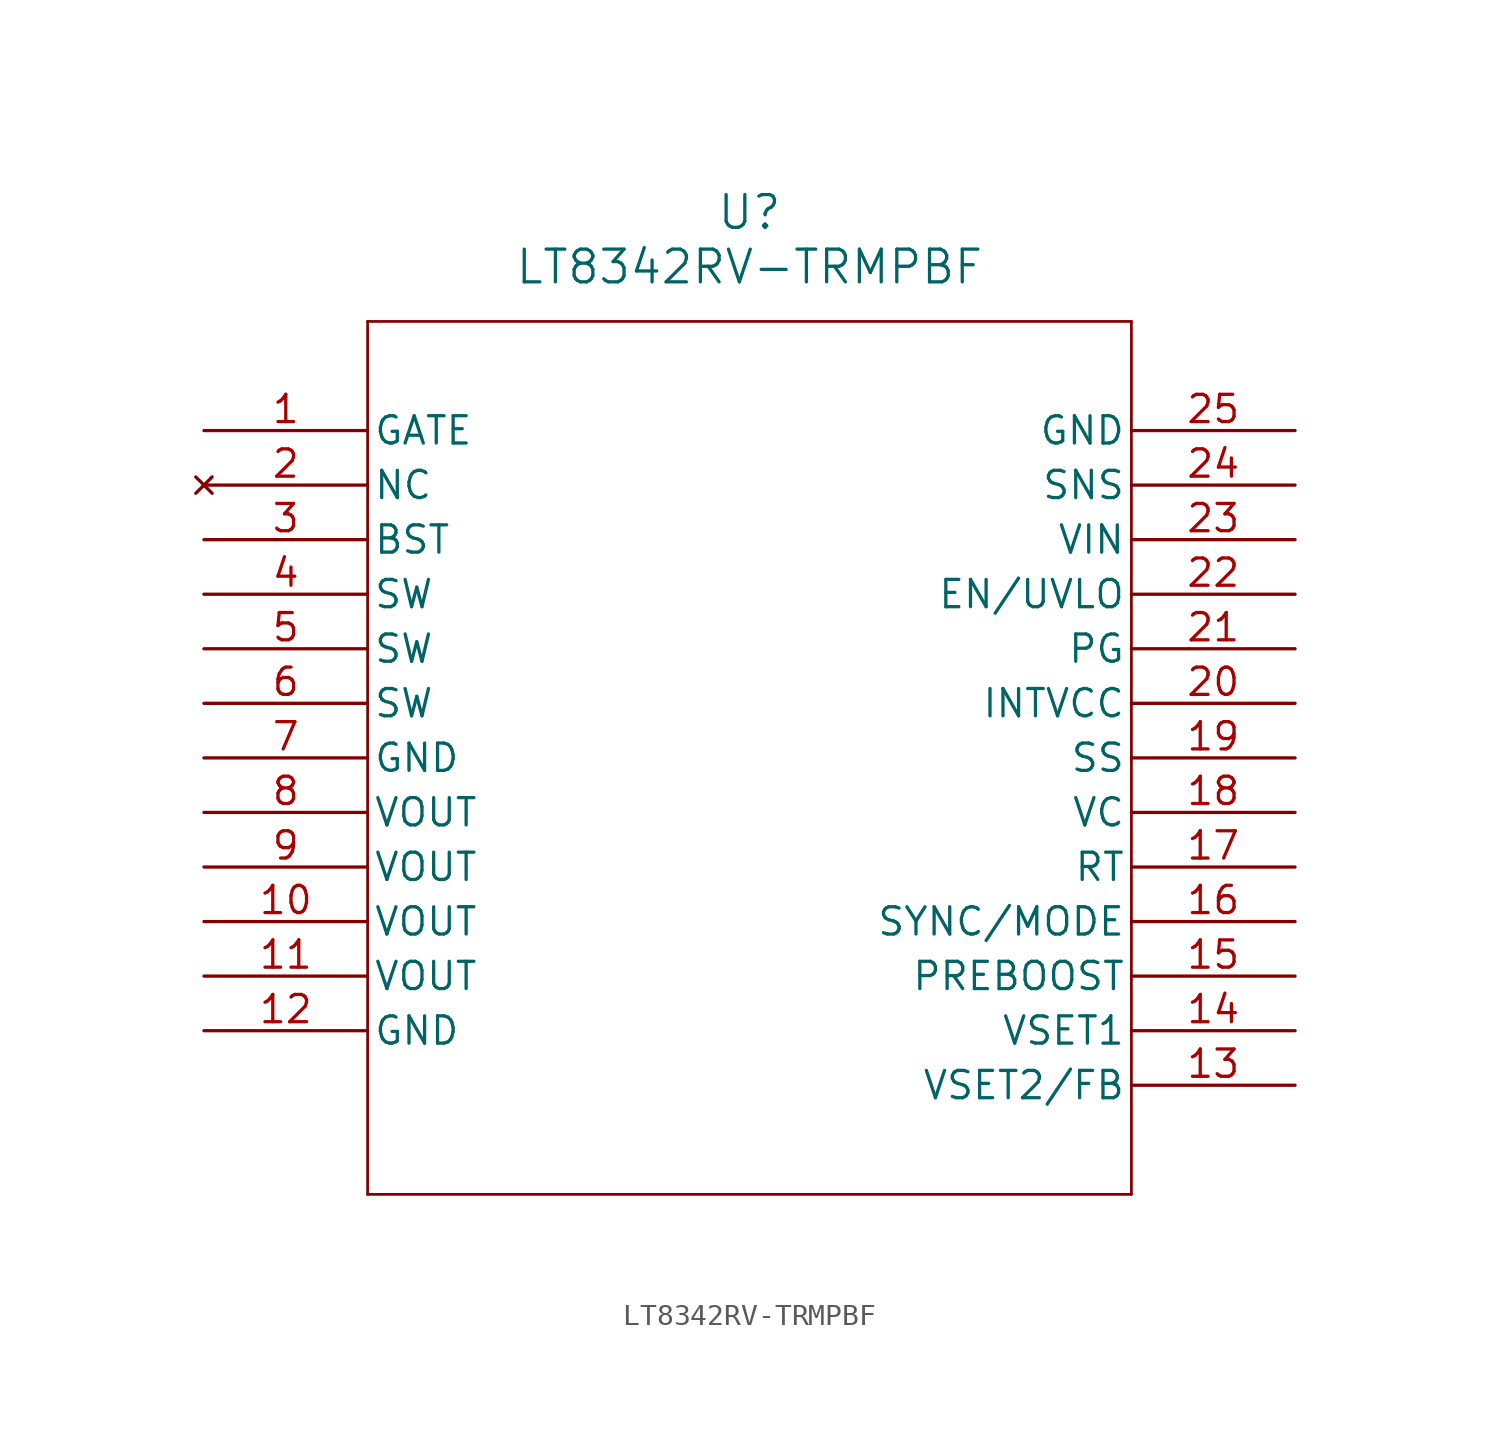
<source format=kicad_sym>
(kicad_symbol_lib
  (version 20211014)
  (generator kicad_symbol_editor)
  (symbol "LT8342RV-TRMPBF"
    (pin_names
      (offset 0.254))
    (property "Reference" "U"
      (at 25.4 10.16 0)
      (effects (font (size 1.524 1.524))))
    (property "Value" "LT8342RV-TRMPBF"
      (at 25.4 7.62 0)
      (effects (font (size 1.524 1.524))))
    (symbol "LT8342RV-TRMPBF_0_1"
      (polyline (pts (xy 7.62 5.08) (xy 7.62 -35.56)) (stroke (width 0.127) (type default) (color 0 0 0 0)) (fill (type none)))
      (polyline (pts (xy 7.62 -35.56) (xy 43.18 -35.56)) (stroke (width 0.127) (type default) (color 0 0 0 0)) (fill (type none)))
      (polyline (pts (xy 43.18 -35.56) (xy 43.18 5.08)) (stroke (width 0.127) (type default) (color 0 0 0 0)) (fill (type none)))
      (polyline (pts (xy 43.18 5.08) (xy 7.62 5.08)) (stroke (width 0.127) (type default) (color 0 0 0 0)) (fill (type none)))
      (pin input line (at 0 0 0) (length 7.62) (name "GATE" (effects (font (size 1.27 1.27)))) (number "1" (effects (font (size 1.27 1.27)))))
      (pin no_connect line (at 0 -2.54 0) (length 7.62) (name "NC" (effects (font (size 1.27 1.27)))) (number "2" (effects (font (size 1.27 1.27)))))
      (pin power_in line (at 0 -5.08 0) (length 7.62) (name "BST" (effects (font (size 1.27 1.27)))) (number "3" (effects (font (size 1.27 1.27)))))
      (pin output line (at 0 -7.62 0) (length 7.62) (name "SW" (effects (font (size 1.27 1.27)))) (number "4" (effects (font (size 1.27 1.27)))))
      (pin output line (at 0 -10.16 0) (length 7.62) (name "SW" (effects (font (size 1.27 1.27)))) (number "5" (effects (font (size 1.27 1.27)))))
      (pin output line (at 0 -12.7 0) (length 7.62) (name "SW" (effects (font (size 1.27 1.27)))) (number "6" (effects (font (size 1.27 1.27)))))
      (pin power_out line (at 0 -15.24 0) (length 7.62) (name "GND" (effects (font (size 1.27 1.27)))) (number "7" (effects (font (size 1.27 1.27)))))
      (pin power_in line (at 0 -17.78 0) (length 7.62) (name "VOUT" (effects (font (size 1.27 1.27)))) (number "8" (effects (font (size 1.27 1.27)))))
      (pin power_in line (at 0 -20.32 0) (length 7.62) (name "VOUT" (effects (font (size 1.27 1.27)))) (number "9" (effects (font (size 1.27 1.27)))))
      (pin power_in line (at 0 -22.86 0) (length 7.62) (name "VOUT" (effects (font (size 1.27 1.27)))) (number "10" (effects (font (size 1.27 1.27)))))
      (pin power_in line (at 0 -25.4 0) (length 7.62) (name "VOUT" (effects (font (size 1.27 1.27)))) (number "11" (effects (font (size 1.27 1.27)))))
      (pin power_out line (at 0 -27.94 0) (length 7.62) (name "GND" (effects (font (size 1.27 1.27)))) (number "12" (effects (font (size 1.27 1.27)))))
      (pin unspecified line (at 50.8 -30.48 180) (length 7.62) (name "VSET2/FB" (effects (font (size 1.27 1.27)))) (number "13" (effects (font (size 1.27 1.27)))))
      (pin unspecified line (at 50.8 -27.94 180) (length 7.62) (name "VSET1" (effects (font (size 1.27 1.27)))) (number "14" (effects (font (size 1.27 1.27)))))
      (pin unspecified line (at 50.8 -25.4 180) (length 7.62) (name "PREBOOST" (effects (font (size 1.27 1.27)))) (number "15" (effects (font (size 1.27 1.27)))))
      (pin unspecified line (at 50.8 -22.86 180) (length 7.62) (name "SYNC/MODE" (effects (font (size 1.27 1.27)))) (number "16" (effects (font (size 1.27 1.27)))))
      (pin unspecified line (at 50.8 -20.32 180) (length 7.62) (name "RT" (effects (font (size 1.27 1.27)))) (number "17" (effects (font (size 1.27 1.27)))))
      (pin unspecified line (at 50.8 -17.78 180) (length 7.62) (name "VC" (effects (font (size 1.27 1.27)))) (number "18" (effects (font (size 1.27 1.27)))))
      (pin unspecified line (at 50.8 -15.24 180) (length 7.62) (name "SS" (effects (font (size 1.27 1.27)))) (number "19" (effects (font (size 1.27 1.27)))))
      (pin power_in line (at 50.8 -12.7 180) (length 7.62) (name "INTVCC" (effects (font (size 1.27 1.27)))) (number "20" (effects (font (size 1.27 1.27)))))
      (pin output line (at 50.8 -10.16 180) (length 7.62) (name "PG" (effects (font (size 1.27 1.27)))) (number "21" (effects (font (size 1.27 1.27)))))
      (pin input line (at 50.8 -7.62 180) (length 7.62) (name "EN/UVLO" (effects (font (size 1.27 1.27)))) (number "22" (effects (font (size 1.27 1.27)))))
      (pin power_in line (at 50.8 -5.08 180) (length 7.62) (name "VIN" (effects (font (size 1.27 1.27)))) (number "23" (effects (font (size 1.27 1.27)))))
      (pin input line (at 50.8 -2.54 180) (length 7.62) (name "SNS" (effects (font (size 1.27 1.27)))) (number "24" (effects (font (size 1.27 1.27)))))
      (pin power_out line (at 50.8 0 180) (length 7.62) (name "GND" (effects (font (size 1.27 1.27)))) (number "25" (effects (font (size 1.27 1.27))))))))
</source>
